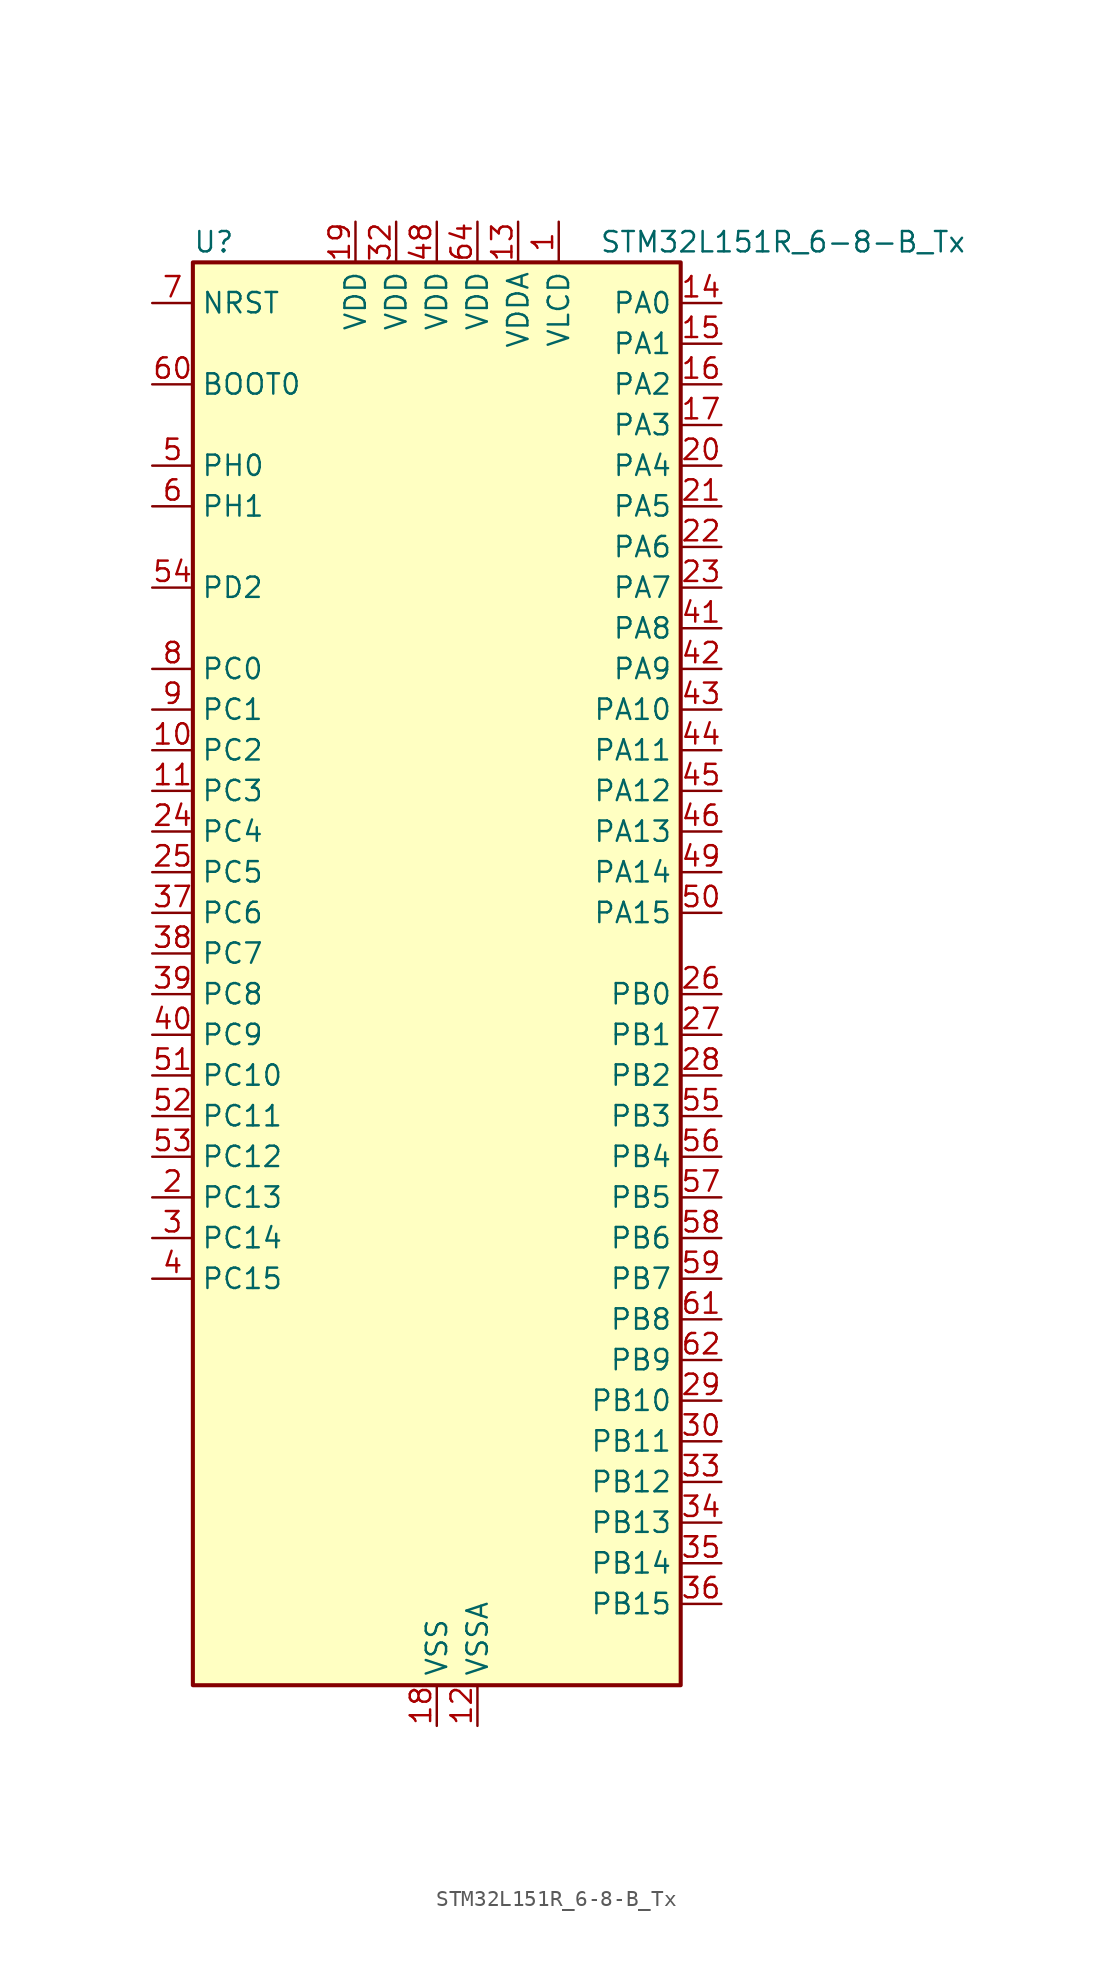
<source format=kicad_sym>
(kicad_symbol_lib
  (version 20231120)
  (generator "kicad_symbol_editor")
  (generator_version "8.0")
  (symbol "STM32L151R_6-8-B_Tx"
    (property "Reference" "U"
      (at -15.24 46.99 0)
      (effects (font (size 1.27 1.27)) (justify left)))
    (property "Value" "STM32L151R_6-8-B_Tx"
      (at 10.16 46.99 0)
      (effects (font (size 1.27 1.27)) (justify left)))
    (property "ki_locked" ""
      (at 0 0 0)
      (effects (font (size 1.27 1.27))))
    (symbol "STM32L151R_6-8-B_Tx_0_1"
      (rectangle (start -15.24 -43.18) (end 15.24 45.72) (stroke (width 0.254) (type default)) (fill (type background))))
    (symbol "STM32L151R_6-8-B_Tx_1_1"
      (pin power_in line (at 7.62 48.26 270) (length 2.54) (name "VLCD" (effects (font (size 1.27 1.27)))) (number "1" (effects (font (size 1.27 1.27)))))
      (pin bidirectional line (at -17.78 15.24 0) (length 2.54) (name "PC2" (effects (font (size 1.27 1.27)))) (number "10" (effects (font (size 1.27 1.27)))) (alternate "ADC_IN12" bidirectional line) (alternate "COMP1_INP" bidirectional line) (alternate "TIMX_IC3" bidirectional line) (alternate "TS_G8_IO3" bidirectional line))
      (pin bidirectional line (at -17.78 12.7 0) (length 2.54) (name "PC3" (effects (font (size 1.27 1.27)))) (number "11" (effects (font (size 1.27 1.27)))) (alternate "ADC_IN13" bidirectional line) (alternate "COMP1_INP" bidirectional line) (alternate "TIMX_IC4" bidirectional line) (alternate "TS_G8_IO4" bidirectional line))
      (pin power_in line (at 2.54 -45.72 90) (length 2.54) (name "VSSA" (effects (font (size 1.27 1.27)))) (number "12" (effects (font (size 1.27 1.27)))))
      (pin power_in line (at 5.08 48.26 270) (length 2.54) (name "VDDA" (effects (font (size 1.27 1.27)))) (number "13" (effects (font (size 1.27 1.27)))))
      (pin bidirectional line (at 17.78 43.18 180) (length 2.54) (name "PA0" (effects (font (size 1.27 1.27)))) (number "14" (effects (font (size 1.27 1.27)))) (alternate "ADC_IN0" bidirectional line) (alternate "COMP1_INP" bidirectional line) (alternate "SYS_WKUP1" bidirectional line) (alternate "TIM2_CH1" bidirectional line) (alternate "TIM2_ETR" bidirectional line) (alternate "TIMX_IC1" bidirectional line) (alternate "TS_G1_IO1" bidirectional line) (alternate "USART2_CTS" bidirectional line))
      (pin bidirectional line (at 17.78 40.64 180) (length 2.54) (name "PA1" (effects (font (size 1.27 1.27)))) (number "15" (effects (font (size 1.27 1.27)))) (alternate "ADC_IN1" bidirectional line) (alternate "COMP1_INP" bidirectional line) (alternate "TIM2_CH2" bidirectional line) (alternate "TIMX_IC2" bidirectional line) (alternate "TS_G1_IO2" bidirectional line) (alternate "USART2_RTS" bidirectional line))
      (pin bidirectional line (at 17.78 38.1 180) (length 2.54) (name "PA2" (effects (font (size 1.27 1.27)))) (number "16" (effects (font (size 1.27 1.27)))) (alternate "ADC_IN2" bidirectional line) (alternate "COMP1_INP" bidirectional line) (alternate "TIM2_CH3" bidirectional line) (alternate "TIM9_CH1" bidirectional line) (alternate "TIMX_IC3" bidirectional line) (alternate "TS_G1_IO3" bidirectional line) (alternate "USART2_TX" bidirectional line))
      (pin bidirectional line (at 17.78 35.56 180) (length 2.54) (name "PA3" (effects (font (size 1.27 1.27)))) (number "17" (effects (font (size 1.27 1.27)))) (alternate "ADC_IN3" bidirectional line) (alternate "COMP1_INP" bidirectional line) (alternate "TIM2_CH4" bidirectional line) (alternate "TIM9_CH2" bidirectional line) (alternate "TIMX_IC4" bidirectional line) (alternate "TS_G1_IO4" bidirectional line) (alternate "USART2_RX" bidirectional line))
      (pin power_in line (at 0 -45.72 90) (length 2.54) (name "VSS" (effects (font (size 1.27 1.27)))) (number "18" (effects (font (size 1.27 1.27)))))
      (pin power_in line (at -5.08 48.26 270) (length 2.54) (name "VDD" (effects (font (size 1.27 1.27)))) (number "19" (effects (font (size 1.27 1.27)))))
      (pin bidirectional line (at -17.78 -12.7 0) (length 2.54) (name "PC13" (effects (font (size 1.27 1.27)))) (number "2" (effects (font (size 1.27 1.27)))) (alternate "RTC_OUT_ALARM" bidirectional line) (alternate "RTC_OUT_CALIB" bidirectional line) (alternate "RTC_TAMP1" bidirectional line) (alternate "RTC_TS" bidirectional line) (alternate "SYS_WKUP2" bidirectional line) (alternate "TIMX_IC2" bidirectional line))
      (pin bidirectional line (at 17.78 33.02 180) (length 2.54) (name "PA4" (effects (font (size 1.27 1.27)))) (number "20" (effects (font (size 1.27 1.27)))) (alternate "ADC_IN4" bidirectional line) (alternate "COMP1_INP" bidirectional line) (alternate "DAC_OUT1" bidirectional line) (alternate "SPI1_NSS" bidirectional line) (alternate "TIMX_IC1" bidirectional line) (alternate "USART2_CK" bidirectional line))
      (pin bidirectional line (at 17.78 30.48 180) (length 2.54) (name "PA5" (effects (font (size 1.27 1.27)))) (number "21" (effects (font (size 1.27 1.27)))) (alternate "ADC_IN5" bidirectional line) (alternate "COMP1_INP" bidirectional line) (alternate "DAC_OUT2" bidirectional line) (alternate "SPI1_SCK" bidirectional line) (alternate "TIM2_CH1" bidirectional line) (alternate "TIM2_ETR" bidirectional line) (alternate "TIMX_IC2" bidirectional line))
      (pin bidirectional line (at 17.78 27.94 180) (length 2.54) (name "PA6" (effects (font (size 1.27 1.27)))) (number "22" (effects (font (size 1.27 1.27)))) (alternate "ADC_IN6" bidirectional line) (alternate "COMP1_INP" bidirectional line) (alternate "SPI1_MISO" bidirectional line) (alternate "TIM10_CH1" bidirectional line) (alternate "TIM3_CH1" bidirectional line) (alternate "TIMX_IC3" bidirectional line) (alternate "TS_G2_IO1" bidirectional line))
      (pin bidirectional line (at 17.78 25.4 180) (length 2.54) (name "PA7" (effects (font (size 1.27 1.27)))) (number "23" (effects (font (size 1.27 1.27)))) (alternate "ADC_IN7" bidirectional line) (alternate "COMP1_INP" bidirectional line) (alternate "SPI1_MOSI" bidirectional line) (alternate "TIM11_CH1" bidirectional line) (alternate "TIM3_CH2" bidirectional line) (alternate "TIMX_IC4" bidirectional line) (alternate "TS_G2_IO2" bidirectional line))
      (pin bidirectional line (at -17.78 10.16 0) (length 2.54) (name "PC4" (effects (font (size 1.27 1.27)))) (number "24" (effects (font (size 1.27 1.27)))) (alternate "ADC_IN14" bidirectional line) (alternate "COMP1_INP" bidirectional line) (alternate "TIMX_IC1" bidirectional line) (alternate "TS_G9_IO1" bidirectional line))
      (pin bidirectional line (at -17.78 7.62 0) (length 2.54) (name "PC5" (effects (font (size 1.27 1.27)))) (number "25" (effects (font (size 1.27 1.27)))) (alternate "ADC_IN15" bidirectional line) (alternate "COMP1_INP" bidirectional line) (alternate "TIMX_IC2" bidirectional line) (alternate "TS_G9_IO2" bidirectional line))
      (pin bidirectional line (at 17.78 0 180) (length 2.54) (name "PB0" (effects (font (size 1.27 1.27)))) (number "26" (effects (font (size 1.27 1.27)))) (alternate "ADC_IN8" bidirectional line) (alternate "COMP1_INP" bidirectional line) (alternate "SYS_V_REF_OUT" bidirectional line) (alternate "TIM3_CH3" bidirectional line) (alternate "TS_G3_IO1" bidirectional line))
      (pin bidirectional line (at 17.78 -2.54 180) (length 2.54) (name "PB1" (effects (font (size 1.27 1.27)))) (number "27" (effects (font (size 1.27 1.27)))) (alternate "ADC_IN9" bidirectional line) (alternate "COMP1_INP" bidirectional line) (alternate "SYS_V_REF_OUT" bidirectional line) (alternate "TIM3_CH4" bidirectional line) (alternate "TS_G3_IO2" bidirectional line))
      (pin bidirectional line (at 17.78 -5.08 180) (length 2.54) (name "PB2" (effects (font (size 1.27 1.27)))) (number "28" (effects (font (size 1.27 1.27)))))
      (pin bidirectional line (at 17.78 -25.4 180) (length 2.54) (name "PB10" (effects (font (size 1.27 1.27)))) (number "29" (effects (font (size 1.27 1.27)))) (alternate "I2C2_SCL" bidirectional line) (alternate "TIM2_CH3" bidirectional line) (alternate "USART3_TX" bidirectional line))
      (pin bidirectional line (at -17.78 -15.24 0) (length 2.54) (name "PC14" (effects (font (size 1.27 1.27)))) (number "3" (effects (font (size 1.27 1.27)))) (alternate "RCC_OSC32_IN" bidirectional line) (alternate "TIMX_IC3" bidirectional line))
      (pin bidirectional line (at 17.78 -27.94 180) (length 2.54) (name "PB11" (effects (font (size 1.27 1.27)))) (number "30" (effects (font (size 1.27 1.27)))) (alternate "ADC_EXTI11" bidirectional line) (alternate "I2C2_SDA" bidirectional line) (alternate "TIM2_CH4" bidirectional line) (alternate "USART3_RX" bidirectional line))
      (pin passive line (at 0 -45.72 90) (length 2.54) hide (name "VSS" (effects (font (size 1.27 1.27)))) (number "31" (effects (font (size 1.27 1.27)))))
      (pin power_in line (at -2.54 48.26 270) (length 2.54) (name "VDD" (effects (font (size 1.27 1.27)))) (number "32" (effects (font (size 1.27 1.27)))))
      (pin bidirectional line (at 17.78 -30.48 180) (length 2.54) (name "PB12" (effects (font (size 1.27 1.27)))) (number "33" (effects (font (size 1.27 1.27)))) (alternate "ADC_IN18" bidirectional line) (alternate "COMP1_INP" bidirectional line) (alternate "I2C2_SMBA" bidirectional line) (alternate "SPI2_NSS" bidirectional line) (alternate "TIM10_CH1" bidirectional line) (alternate "TS_G7_IO1" bidirectional line) (alternate "USART3_CK" bidirectional line))
      (pin bidirectional line (at 17.78 -33.02 180) (length 2.54) (name "PB13" (effects (font (size 1.27 1.27)))) (number "34" (effects (font (size 1.27 1.27)))) (alternate "ADC_IN19" bidirectional line) (alternate "COMP1_INP" bidirectional line) (alternate "SPI2_SCK" bidirectional line) (alternate "TIM9_CH1" bidirectional line) (alternate "TS_G7_IO2" bidirectional line) (alternate "USART3_CTS" bidirectional line))
      (pin bidirectional line (at 17.78 -35.56 180) (length 2.54) (name "PB14" (effects (font (size 1.27 1.27)))) (number "35" (effects (font (size 1.27 1.27)))) (alternate "ADC_IN20" bidirectional line) (alternate "COMP1_INP" bidirectional line) (alternate "SPI2_MISO" bidirectional line) (alternate "TIM9_CH2" bidirectional line) (alternate "TS_G7_IO3" bidirectional line) (alternate "USART3_RTS" bidirectional line))
      (pin bidirectional line (at 17.78 -38.1 180) (length 2.54) (name "PB15" (effects (font (size 1.27 1.27)))) (number "36" (effects (font (size 1.27 1.27)))) (alternate "ADC_EXTI15" bidirectional line) (alternate "ADC_IN21" bidirectional line) (alternate "COMP1_INP" bidirectional line) (alternate "RTC_REFIN" bidirectional line) (alternate "SPI2_MOSI" bidirectional line) (alternate "TIM11_CH1" bidirectional line) (alternate "TS_G7_IO4" bidirectional line))
      (pin bidirectional line (at -17.78 5.08 0) (length 2.54) (name "PC6" (effects (font (size 1.27 1.27)))) (number "37" (effects (font (size 1.27 1.27)))) (alternate "TIM3_CH1" bidirectional line) (alternate "TIMX_IC3" bidirectional line) (alternate "TS_G10_IO1" bidirectional line))
      (pin bidirectional line (at -17.78 2.54 0) (length 2.54) (name "PC7" (effects (font (size 1.27 1.27)))) (number "38" (effects (font (size 1.27 1.27)))) (alternate "TIM3_CH2" bidirectional line) (alternate "TIMX_IC4" bidirectional line) (alternate "TS_G10_IO2" bidirectional line))
      (pin bidirectional line (at -17.78 0 0) (length 2.54) (name "PC8" (effects (font (size 1.27 1.27)))) (number "39" (effects (font (size 1.27 1.27)))) (alternate "TIM3_CH3" bidirectional line) (alternate "TIMX_IC1" bidirectional line) (alternate "TS_G10_IO3" bidirectional line))
      (pin bidirectional line (at -17.78 -17.78 0) (length 2.54) (name "PC15" (effects (font (size 1.27 1.27)))) (number "4" (effects (font (size 1.27 1.27)))) (alternate "ADC_EXTI15" bidirectional line) (alternate "RCC_OSC32_OUT" bidirectional line) (alternate "TIMX_IC4" bidirectional line))
      (pin bidirectional line (at -17.78 -2.54 0) (length 2.54) (name "PC9" (effects (font (size 1.27 1.27)))) (number "40" (effects (font (size 1.27 1.27)))) (alternate "DAC_EXTI9" bidirectional line) (alternate "TIM3_CH4" bidirectional line) (alternate "TIMX_IC2" bidirectional line) (alternate "TS_G10_IO4" bidirectional line))
      (pin bidirectional line (at 17.78 22.86 180) (length 2.54) (name "PA8" (effects (font (size 1.27 1.27)))) (number "41" (effects (font (size 1.27 1.27)))) (alternate "RCC_MCO" bidirectional line) (alternate "TIMX_IC1" bidirectional line) (alternate "TS_G4_IO1" bidirectional line) (alternate "USART1_CK" bidirectional line))
      (pin bidirectional line (at 17.78 20.32 180) (length 2.54) (name "PA9" (effects (font (size 1.27 1.27)))) (number "42" (effects (font (size 1.27 1.27)))) (alternate "DAC_EXTI9" bidirectional line) (alternate "TIMX_IC2" bidirectional line) (alternate "TS_G4_IO2" bidirectional line) (alternate "USART1_TX" bidirectional line))
      (pin bidirectional line (at 17.78 17.78 180) (length 2.54) (name "PA10" (effects (font (size 1.27 1.27)))) (number "43" (effects (font (size 1.27 1.27)))) (alternate "TIMX_IC3" bidirectional line) (alternate "TS_G4_IO3" bidirectional line) (alternate "USART1_RX" bidirectional line))
      (pin bidirectional line (at 17.78 15.24 180) (length 2.54) (name "PA11" (effects (font (size 1.27 1.27)))) (number "44" (effects (font (size 1.27 1.27)))) (alternate "ADC_EXTI11" bidirectional line) (alternate "SPI1_MISO" bidirectional line) (alternate "TIMX_IC4" bidirectional line) (alternate "USART1_CTS" bidirectional line) (alternate "USB_DM" bidirectional line))
      (pin bidirectional line (at 17.78 12.7 180) (length 2.54) (name "PA12" (effects (font (size 1.27 1.27)))) (number "45" (effects (font (size 1.27 1.27)))) (alternate "SPI1_MOSI" bidirectional line) (alternate "TIMX_IC1" bidirectional line) (alternate "USART1_RTS" bidirectional line) (alternate "USB_DP" bidirectional line))
      (pin bidirectional line (at 17.78 10.16 180) (length 2.54) (name "PA13" (effects (font (size 1.27 1.27)))) (number "46" (effects (font (size 1.27 1.27)))) (alternate "SYS_JTMS-SWDIO" bidirectional line) (alternate "TIMX_IC2" bidirectional line) (alternate "TS_G5_IO1" bidirectional line))
      (pin passive line (at 0 -45.72 90) (length 2.54) hide (name "VSS" (effects (font (size 1.27 1.27)))) (number "47" (effects (font (size 1.27 1.27)))))
      (pin power_in line (at 0 48.26 270) (length 2.54) (name "VDD" (effects (font (size 1.27 1.27)))) (number "48" (effects (font (size 1.27 1.27)))))
      (pin bidirectional line (at 17.78 7.62 180) (length 2.54) (name "PA14" (effects (font (size 1.27 1.27)))) (number "49" (effects (font (size 1.27 1.27)))) (alternate "SYS_JTCK-SWCLK" bidirectional line) (alternate "TIMX_IC3" bidirectional line) (alternate "TS_G5_IO2" bidirectional line))
      (pin bidirectional line (at -17.78 33.02 0) (length 2.54) (name "PH0" (effects (font (size 1.27 1.27)))) (number "5" (effects (font (size 1.27 1.27)))) (alternate "RCC_OSC_IN" bidirectional line))
      (pin bidirectional line (at 17.78 5.08 180) (length 2.54) (name "PA15" (effects (font (size 1.27 1.27)))) (number "50" (effects (font (size 1.27 1.27)))) (alternate "ADC_EXTI15" bidirectional line) (alternate "SPI1_NSS" bidirectional line) (alternate "SYS_JTDI" bidirectional line) (alternate "TIM2_CH1" bidirectional line) (alternate "TIM2_ETR" bidirectional line) (alternate "TIMX_IC4" bidirectional line) (alternate "TS_G5_IO3" bidirectional line))
      (pin bidirectional line (at -17.78 -5.08 0) (length 2.54) (name "PC10" (effects (font (size 1.27 1.27)))) (number "51" (effects (font (size 1.27 1.27)))) (alternate "TIMX_IC3" bidirectional line) (alternate "USART3_TX" bidirectional line))
      (pin bidirectional line (at -17.78 -7.62 0) (length 2.54) (name "PC11" (effects (font (size 1.27 1.27)))) (number "52" (effects (font (size 1.27 1.27)))) (alternate "ADC_EXTI11" bidirectional line) (alternate "TIMX_IC4" bidirectional line) (alternate "USART3_RX" bidirectional line))
      (pin bidirectional line (at -17.78 -10.16 0) (length 2.54) (name "PC12" (effects (font (size 1.27 1.27)))) (number "53" (effects (font (size 1.27 1.27)))) (alternate "TIMX_IC1" bidirectional line) (alternate "USART3_CK" bidirectional line))
      (pin bidirectional line (at -17.78 25.4 0) (length 2.54) (name "PD2" (effects (font (size 1.27 1.27)))) (number "54" (effects (font (size 1.27 1.27)))) (alternate "TIM3_ETR" bidirectional line) (alternate "TIMX_IC3" bidirectional line))
      (pin bidirectional line (at 17.78 -7.62 180) (length 2.54) (name "PB3" (effects (font (size 1.27 1.27)))) (number "55" (effects (font (size 1.27 1.27)))) (alternate "COMP2_INM" bidirectional line) (alternate "SPI1_SCK" bidirectional line) (alternate "SYS_JTDO-TRACESWO" bidirectional line) (alternate "TIM2_CH2" bidirectional line))
      (pin bidirectional line (at 17.78 -10.16 180) (length 2.54) (name "PB4" (effects (font (size 1.27 1.27)))) (number "56" (effects (font (size 1.27 1.27)))) (alternate "COMP2_INP" bidirectional line) (alternate "SPI1_MISO" bidirectional line) (alternate "SYS_JTRST" bidirectional line) (alternate "TIM3_CH1" bidirectional line) (alternate "TS_G6_IO1" bidirectional line))
      (pin bidirectional line (at 17.78 -12.7 180) (length 2.54) (name "PB5" (effects (font (size 1.27 1.27)))) (number "57" (effects (font (size 1.27 1.27)))) (alternate "COMP2_INP" bidirectional line) (alternate "I2C1_SMBA" bidirectional line) (alternate "SPI1_MOSI" bidirectional line) (alternate "TIM3_CH2" bidirectional line) (alternate "TS_G6_IO2" bidirectional line))
      (pin bidirectional line (at 17.78 -15.24 180) (length 2.54) (name "PB6" (effects (font (size 1.27 1.27)))) (number "58" (effects (font (size 1.27 1.27)))) (alternate "I2C1_SCL" bidirectional line) (alternate "TIM4_CH1" bidirectional line) (alternate "USART1_TX" bidirectional line))
      (pin bidirectional line (at 17.78 -17.78 180) (length 2.54) (name "PB7" (effects (font (size 1.27 1.27)))) (number "59" (effects (font (size 1.27 1.27)))) (alternate "I2C1_SDA" bidirectional line) (alternate "SYS_PVD_IN" bidirectional line) (alternate "TIM4_CH2" bidirectional line) (alternate "USART1_RX" bidirectional line))
      (pin bidirectional line (at -17.78 30.48 0) (length 2.54) (name "PH1" (effects (font (size 1.27 1.27)))) (number "6" (effects (font (size 1.27 1.27)))) (alternate "RCC_OSC_OUT" bidirectional line))
      (pin input line (at -17.78 38.1 0) (length 2.54) (name "BOOT0" (effects (font (size 1.27 1.27)))) (number "60" (effects (font (size 1.27 1.27)))))
      (pin bidirectional line (at 17.78 -20.32 180) (length 2.54) (name "PB8" (effects (font (size 1.27 1.27)))) (number "61" (effects (font (size 1.27 1.27)))) (alternate "I2C1_SCL" bidirectional line) (alternate "TIM10_CH1" bidirectional line) (alternate "TIM4_CH3" bidirectional line))
      (pin bidirectional line (at 17.78 -22.86 180) (length 2.54) (name "PB9" (effects (font (size 1.27 1.27)))) (number "62" (effects (font (size 1.27 1.27)))) (alternate "DAC_EXTI9" bidirectional line) (alternate "I2C1_SDA" bidirectional line) (alternate "TIM11_CH1" bidirectional line) (alternate "TIM4_CH4" bidirectional line))
      (pin passive line (at 0 -45.72 90) (length 2.54) hide (name "VSS" (effects (font (size 1.27 1.27)))) (number "63" (effects (font (size 1.27 1.27)))))
      (pin power_in line (at 2.54 48.26 270) (length 2.54) (name "VDD" (effects (font (size 1.27 1.27)))) (number "64" (effects (font (size 1.27 1.27)))))
      (pin input line (at -17.78 43.18 0) (length 2.54) (name "NRST" (effects (font (size 1.27 1.27)))) (number "7" (effects (font (size 1.27 1.27)))))
      (pin bidirectional line (at -17.78 20.32 0) (length 2.54) (name "PC0" (effects (font (size 1.27 1.27)))) (number "8" (effects (font (size 1.27 1.27)))) (alternate "ADC_IN10" bidirectional line) (alternate "COMP1_INP" bidirectional line) (alternate "TIMX_IC1" bidirectional line) (alternate "TS_G8_IO1" bidirectional line))
      (pin bidirectional line (at -17.78 17.78 0) (length 2.54) (name "PC1" (effects (font (size 1.27 1.27)))) (number "9" (effects (font (size 1.27 1.27)))) (alternate "ADC_IN11" bidirectional line) (alternate "COMP1_INP" bidirectional line) (alternate "TIMX_IC2" bidirectional line) (alternate "TS_G8_IO2" bidirectional line)))))
</source>
